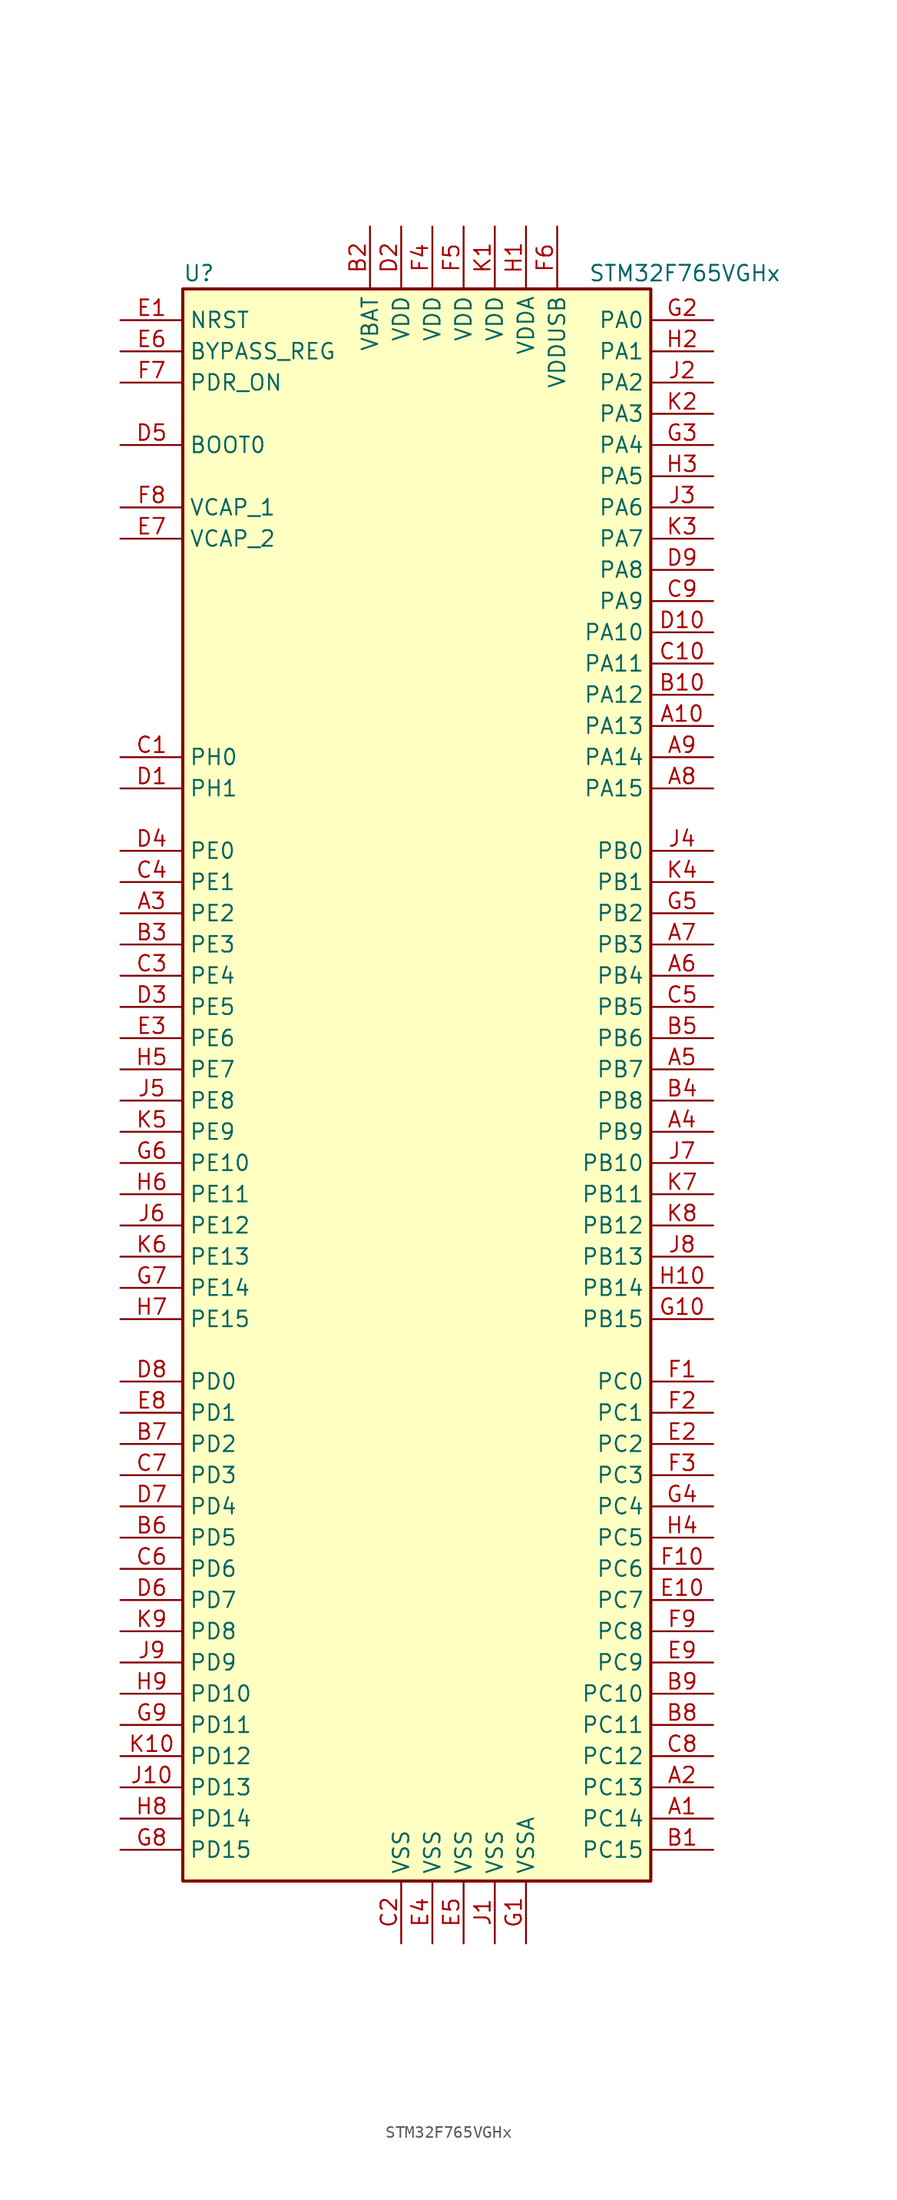
<source format=kicad_sym>
(kicad_symbol_lib
  (version 20201005)
  (generator kicad_symbol_editor)
  (symbol "STM32F765VGHx"
    (property "Reference" "U"
      (at -20.32 64.77 0)
      (effects (font (size 1.27 1.27)) (justify left)))
    (property "Value" "STM32F765VGHx"
      (at 12.7 64.77 0)
      (effects (font (size 1.27 1.27)) (justify left)))
    (symbol "STM32F765VGHx_0_1"
      (rectangle (start -20.32 -66.04) (end 17.78 63.5) (stroke (width 0.254)) (fill (type background))))
    (symbol "STM32F765VGHx_1_1"
      (pin input line (at -25.4 50.8 0) (length 5.08) (name "BOOT0" (effects (font (size 1.27 1.27)))) (number "D5" (effects (font (size 1.27 1.27)))))
      (pin input line (at -25.4 58.42 0) (length 5.08) (name "BYPASS_REG" (effects (font (size 1.27 1.27)))) (number "E6" (effects (font (size 1.27 1.27)))))
      (pin input line (at -25.4 60.96 0) (length 5.08) (name "NRST" (effects (font (size 1.27 1.27)))) (number "E1" (effects (font (size 1.27 1.27)))))
      (pin bidirectional line (at 22.86 60.96 180) (length 5.08) (name "PA0" (effects (font (size 1.27 1.27)))) (number "G2" (effects (font (size 1.27 1.27)))))
      (pin bidirectional line (at 22.86 58.42 180) (length 5.08) (name "PA1" (effects (font (size 1.27 1.27)))) (number "H2" (effects (font (size 1.27 1.27)))))
      (pin bidirectional line (at 22.86 35.56 180) (length 5.08) (name "PA10" (effects (font (size 1.27 1.27)))) (number "D10" (effects (font (size 1.27 1.27)))))
      (pin bidirectional line (at 22.86 33.02 180) (length 5.08) (name "PA11" (effects (font (size 1.27 1.27)))) (number "C10" (effects (font (size 1.27 1.27)))))
      (pin bidirectional line (at 22.86 30.48 180) (length 5.08) (name "PA12" (effects (font (size 1.27 1.27)))) (number "B10" (effects (font (size 1.27 1.27)))))
      (pin bidirectional line (at 22.86 27.94 180) (length 5.08) (name "PA13" (effects (font (size 1.27 1.27)))) (number "A10" (effects (font (size 1.27 1.27)))))
      (pin bidirectional line (at 22.86 25.4 180) (length 5.08) (name "PA14" (effects (font (size 1.27 1.27)))) (number "A9" (effects (font (size 1.27 1.27)))))
      (pin bidirectional line (at 22.86 22.86 180) (length 5.08) (name "PA15" (effects (font (size 1.27 1.27)))) (number "A8" (effects (font (size 1.27 1.27)))))
      (pin bidirectional line (at 22.86 55.88 180) (length 5.08) (name "PA2" (effects (font (size 1.27 1.27)))) (number "J2" (effects (font (size 1.27 1.27)))))
      (pin bidirectional line (at 22.86 53.34 180) (length 5.08) (name "PA3" (effects (font (size 1.27 1.27)))) (number "K2" (effects (font (size 1.27 1.27)))))
      (pin bidirectional line (at 22.86 50.8 180) (length 5.08) (name "PA4" (effects (font (size 1.27 1.27)))) (number "G3" (effects (font (size 1.27 1.27)))))
      (pin bidirectional line (at 22.86 48.26 180) (length 5.08) (name "PA5" (effects (font (size 1.27 1.27)))) (number "H3" (effects (font (size 1.27 1.27)))))
      (pin bidirectional line (at 22.86 45.72 180) (length 5.08) (name "PA6" (effects (font (size 1.27 1.27)))) (number "J3" (effects (font (size 1.27 1.27)))))
      (pin bidirectional line (at 22.86 43.18 180) (length 5.08) (name "PA7" (effects (font (size 1.27 1.27)))) (number "K3" (effects (font (size 1.27 1.27)))))
      (pin bidirectional line (at 22.86 40.64 180) (length 5.08) (name "PA8" (effects (font (size 1.27 1.27)))) (number "D9" (effects (font (size 1.27 1.27)))))
      (pin bidirectional line (at 22.86 38.1 180) (length 5.08) (name "PA9" (effects (font (size 1.27 1.27)))) (number "C9" (effects (font (size 1.27 1.27)))))
      (pin bidirectional line (at 22.86 17.78 180) (length 5.08) (name "PB0" (effects (font (size 1.27 1.27)))) (number "J4" (effects (font (size 1.27 1.27)))))
      (pin bidirectional line (at 22.86 15.24 180) (length 5.08) (name "PB1" (effects (font (size 1.27 1.27)))) (number "K4" (effects (font (size 1.27 1.27)))))
      (pin bidirectional line (at 22.86 -7.62 180) (length 5.08) (name "PB10" (effects (font (size 1.27 1.27)))) (number "J7" (effects (font (size 1.27 1.27)))))
      (pin bidirectional line (at 22.86 -10.16 180) (length 5.08) (name "PB11" (effects (font (size 1.27 1.27)))) (number "K7" (effects (font (size 1.27 1.27)))))
      (pin bidirectional line (at 22.86 -12.7 180) (length 5.08) (name "PB12" (effects (font (size 1.27 1.27)))) (number "K8" (effects (font (size 1.27 1.27)))))
      (pin bidirectional line (at 22.86 -15.24 180) (length 5.08) (name "PB13" (effects (font (size 1.27 1.27)))) (number "J8" (effects (font (size 1.27 1.27)))))
      (pin bidirectional line (at 22.86 -17.78 180) (length 5.08) (name "PB14" (effects (font (size 1.27 1.27)))) (number "H10" (effects (font (size 1.27 1.27)))))
      (pin bidirectional line (at 22.86 -20.32 180) (length 5.08) (name "PB15" (effects (font (size 1.27 1.27)))) (number "G10" (effects (font (size 1.27 1.27)))))
      (pin bidirectional line (at 22.86 12.7 180) (length 5.08) (name "PB2" (effects (font (size 1.27 1.27)))) (number "G5" (effects (font (size 1.27 1.27)))))
      (pin bidirectional line (at 22.86 10.16 180) (length 5.08) (name "PB3" (effects (font (size 1.27 1.27)))) (number "A7" (effects (font (size 1.27 1.27)))))
      (pin bidirectional line (at 22.86 7.62 180) (length 5.08) (name "PB4" (effects (font (size 1.27 1.27)))) (number "A6" (effects (font (size 1.27 1.27)))))
      (pin bidirectional line (at 22.86 5.08 180) (length 5.08) (name "PB5" (effects (font (size 1.27 1.27)))) (number "C5" (effects (font (size 1.27 1.27)))))
      (pin bidirectional line (at 22.86 2.54 180) (length 5.08) (name "PB6" (effects (font (size 1.27 1.27)))) (number "B5" (effects (font (size 1.27 1.27)))))
      (pin bidirectional line (at 22.86 0 180) (length 5.08) (name "PB7" (effects (font (size 1.27 1.27)))) (number "A5" (effects (font (size 1.27 1.27)))))
      (pin bidirectional line (at 22.86 -2.54 180) (length 5.08) (name "PB8" (effects (font (size 1.27 1.27)))) (number "B4" (effects (font (size 1.27 1.27)))))
      (pin bidirectional line (at 22.86 -5.08 180) (length 5.08) (name "PB9" (effects (font (size 1.27 1.27)))) (number "A4" (effects (font (size 1.27 1.27)))))
      (pin bidirectional line (at 22.86 -25.4 180) (length 5.08) (name "PC0" (effects (font (size 1.27 1.27)))) (number "F1" (effects (font (size 1.27 1.27)))))
      (pin bidirectional line (at 22.86 -27.94 180) (length 5.08) (name "PC1" (effects (font (size 1.27 1.27)))) (number "F2" (effects (font (size 1.27 1.27)))))
      (pin bidirectional line (at 22.86 -50.8 180) (length 5.08) (name "PC10" (effects (font (size 1.27 1.27)))) (number "B9" (effects (font (size 1.27 1.27)))))
      (pin bidirectional line (at 22.86 -53.34 180) (length 5.08) (name "PC11" (effects (font (size 1.27 1.27)))) (number "B8" (effects (font (size 1.27 1.27)))))
      (pin bidirectional line (at 22.86 -55.88 180) (length 5.08) (name "PC12" (effects (font (size 1.27 1.27)))) (number "C8" (effects (font (size 1.27 1.27)))))
      (pin bidirectional line (at 22.86 -58.42 180) (length 5.08) (name "PC13" (effects (font (size 1.27 1.27)))) (number "A2" (effects (font (size 1.27 1.27)))))
      (pin bidirectional line (at 22.86 -60.96 180) (length 5.08) (name "PC14" (effects (font (size 1.27 1.27)))) (number "A1" (effects (font (size 1.27 1.27)))))
      (pin bidirectional line (at 22.86 -63.5 180) (length 5.08) (name "PC15" (effects (font (size 1.27 1.27)))) (number "B1" (effects (font (size 1.27 1.27)))))
      (pin bidirectional line (at 22.86 -30.48 180) (length 5.08) (name "PC2" (effects (font (size 1.27 1.27)))) (number "E2" (effects (font (size 1.27 1.27)))))
      (pin bidirectional line (at 22.86 -33.02 180) (length 5.08) (name "PC3" (effects (font (size 1.27 1.27)))) (number "F3" (effects (font (size 1.27 1.27)))))
      (pin bidirectional line (at 22.86 -35.56 180) (length 5.08) (name "PC4" (effects (font (size 1.27 1.27)))) (number "G4" (effects (font (size 1.27 1.27)))))
      (pin bidirectional line (at 22.86 -38.1 180) (length 5.08) (name "PC5" (effects (font (size 1.27 1.27)))) (number "H4" (effects (font (size 1.27 1.27)))))
      (pin bidirectional line (at 22.86 -40.64 180) (length 5.08) (name "PC6" (effects (font (size 1.27 1.27)))) (number "F10" (effects (font (size 1.27 1.27)))))
      (pin bidirectional line (at 22.86 -43.18 180) (length 5.08) (name "PC7" (effects (font (size 1.27 1.27)))) (number "E10" (effects (font (size 1.27 1.27)))))
      (pin bidirectional line (at 22.86 -45.72 180) (length 5.08) (name "PC8" (effects (font (size 1.27 1.27)))) (number "F9" (effects (font (size 1.27 1.27)))))
      (pin bidirectional line (at 22.86 -48.26 180) (length 5.08) (name "PC9" (effects (font (size 1.27 1.27)))) (number "E9" (effects (font (size 1.27 1.27)))))
      (pin bidirectional line (at -25.4 -25.4 0) (length 5.08) (name "PD0" (effects (font (size 1.27 1.27)))) (number "D8" (effects (font (size 1.27 1.27)))))
      (pin bidirectional line (at -25.4 -27.94 0) (length 5.08) (name "PD1" (effects (font (size 1.27 1.27)))) (number "E8" (effects (font (size 1.27 1.27)))))
      (pin bidirectional line (at -25.4 -50.8 0) (length 5.08) (name "PD10" (effects (font (size 1.27 1.27)))) (number "H9" (effects (font (size 1.27 1.27)))))
      (pin bidirectional line (at -25.4 -53.34 0) (length 5.08) (name "PD11" (effects (font (size 1.27 1.27)))) (number "G9" (effects (font (size 1.27 1.27)))))
      (pin bidirectional line (at -25.4 -55.88 0) (length 5.08) (name "PD12" (effects (font (size 1.27 1.27)))) (number "K10" (effects (font (size 1.27 1.27)))))
      (pin bidirectional line (at -25.4 -58.42 0) (length 5.08) (name "PD13" (effects (font (size 1.27 1.27)))) (number "J10" (effects (font (size 1.27 1.27)))))
      (pin bidirectional line (at -25.4 -60.96 0) (length 5.08) (name "PD14" (effects (font (size 1.27 1.27)))) (number "H8" (effects (font (size 1.27 1.27)))))
      (pin bidirectional line (at -25.4 -63.5 0) (length 5.08) (name "PD15" (effects (font (size 1.27 1.27)))) (number "G8" (effects (font (size 1.27 1.27)))))
      (pin bidirectional line (at -25.4 -30.48 0) (length 5.08) (name "PD2" (effects (font (size 1.27 1.27)))) (number "B7" (effects (font (size 1.27 1.27)))))
      (pin bidirectional line (at -25.4 -33.02 0) (length 5.08) (name "PD3" (effects (font (size 1.27 1.27)))) (number "C7" (effects (font (size 1.27 1.27)))))
      (pin bidirectional line (at -25.4 -35.56 0) (length 5.08) (name "PD4" (effects (font (size 1.27 1.27)))) (number "D7" (effects (font (size 1.27 1.27)))))
      (pin bidirectional line (at -25.4 -38.1 0) (length 5.08) (name "PD5" (effects (font (size 1.27 1.27)))) (number "B6" (effects (font (size 1.27 1.27)))))
      (pin bidirectional line (at -25.4 -40.64 0) (length 5.08) (name "PD6" (effects (font (size 1.27 1.27)))) (number "C6" (effects (font (size 1.27 1.27)))))
      (pin bidirectional line (at -25.4 -43.18 0) (length 5.08) (name "PD7" (effects (font (size 1.27 1.27)))) (number "D6" (effects (font (size 1.27 1.27)))))
      (pin bidirectional line (at -25.4 -45.72 0) (length 5.08) (name "PD8" (effects (font (size 1.27 1.27)))) (number "K9" (effects (font (size 1.27 1.27)))))
      (pin bidirectional line (at -25.4 -48.26 0) (length 5.08) (name "PD9" (effects (font (size 1.27 1.27)))) (number "J9" (effects (font (size 1.27 1.27)))))
      (pin input line (at -25.4 55.88 0) (length 5.08) (name "PDR_ON" (effects (font (size 1.27 1.27)))) (number "F7" (effects (font (size 1.27 1.27)))))
      (pin bidirectional line (at -25.4 17.78 0) (length 5.08) (name "PE0" (effects (font (size 1.27 1.27)))) (number "D4" (effects (font (size 1.27 1.27)))))
      (pin bidirectional line (at -25.4 15.24 0) (length 5.08) (name "PE1" (effects (font (size 1.27 1.27)))) (number "C4" (effects (font (size 1.27 1.27)))))
      (pin bidirectional line (at -25.4 -7.62 0) (length 5.08) (name "PE10" (effects (font (size 1.27 1.27)))) (number "G6" (effects (font (size 1.27 1.27)))))
      (pin bidirectional line (at -25.4 -10.16 0) (length 5.08) (name "PE11" (effects (font (size 1.27 1.27)))) (number "H6" (effects (font (size 1.27 1.27)))))
      (pin bidirectional line (at -25.4 -12.7 0) (length 5.08) (name "PE12" (effects (font (size 1.27 1.27)))) (number "J6" (effects (font (size 1.27 1.27)))))
      (pin bidirectional line (at -25.4 -15.24 0) (length 5.08) (name "PE13" (effects (font (size 1.27 1.27)))) (number "K6" (effects (font (size 1.27 1.27)))))
      (pin bidirectional line (at -25.4 -17.78 0) (length 5.08) (name "PE14" (effects (font (size 1.27 1.27)))) (number "G7" (effects (font (size 1.27 1.27)))))
      (pin bidirectional line (at -25.4 -20.32 0) (length 5.08) (name "PE15" (effects (font (size 1.27 1.27)))) (number "H7" (effects (font (size 1.27 1.27)))))
      (pin bidirectional line (at -25.4 12.7 0) (length 5.08) (name "PE2" (effects (font (size 1.27 1.27)))) (number "A3" (effects (font (size 1.27 1.27)))))
      (pin bidirectional line (at -25.4 10.16 0) (length 5.08) (name "PE3" (effects (font (size 1.27 1.27)))) (number "B3" (effects (font (size 1.27 1.27)))))
      (pin bidirectional line (at -25.4 7.62 0) (length 5.08) (name "PE4" (effects (font (size 1.27 1.27)))) (number "C3" (effects (font (size 1.27 1.27)))))
      (pin bidirectional line (at -25.4 5.08 0) (length 5.08) (name "PE5" (effects (font (size 1.27 1.27)))) (number "D3" (effects (font (size 1.27 1.27)))))
      (pin bidirectional line (at -25.4 2.54 0) (length 5.08) (name "PE6" (effects (font (size 1.27 1.27)))) (number "E3" (effects (font (size 1.27 1.27)))))
      (pin bidirectional line (at -25.4 0 0) (length 5.08) (name "PE7" (effects (font (size 1.27 1.27)))) (number "H5" (effects (font (size 1.27 1.27)))))
      (pin bidirectional line (at -25.4 -2.54 0) (length 5.08) (name "PE8" (effects (font (size 1.27 1.27)))) (number "J5" (effects (font (size 1.27 1.27)))))
      (pin bidirectional line (at -25.4 -5.08 0) (length 5.08) (name "PE9" (effects (font (size 1.27 1.27)))) (number "K5" (effects (font (size 1.27 1.27)))))
      (pin input line (at -25.4 25.4 0) (length 5.08) (name "PH0" (effects (font (size 1.27 1.27)))) (number "C1" (effects (font (size 1.27 1.27)))))
      (pin input line (at -25.4 22.86 0) (length 5.08) (name "PH1" (effects (font (size 1.27 1.27)))) (number "D1" (effects (font (size 1.27 1.27)))))
      (pin power_in line (at -5.08 68.58 270) (length 5.08) (name "VBAT" (effects (font (size 1.27 1.27)))) (number "B2" (effects (font (size 1.27 1.27)))))
      (pin power_in line (at -25.4 45.72 0) (length 5.08) (name "VCAP_1" (effects (font (size 1.27 1.27)))) (number "F8" (effects (font (size 1.27 1.27)))))
      (pin power_in line (at -25.4 43.18 0) (length 5.08) (name "VCAP_2" (effects (font (size 1.27 1.27)))) (number "E7" (effects (font (size 1.27 1.27)))))
      (pin power_in line (at -2.54 68.58 270) (length 5.08) (name "VDD" (effects (font (size 1.27 1.27)))) (number "D2" (effects (font (size 1.27 1.27)))))
      (pin power_in line (at 0 68.58 270) (length 5.08) (name "VDD" (effects (font (size 1.27 1.27)))) (number "F4" (effects (font (size 1.27 1.27)))))
      (pin power_in line (at 2.54 68.58 270) (length 5.08) (name "VDD" (effects (font (size 1.27 1.27)))) (number "F5" (effects (font (size 1.27 1.27)))))
      (pin power_in line (at 5.08 68.58 270) (length 5.08) (name "VDD" (effects (font (size 1.27 1.27)))) (number "K1" (effects (font (size 1.27 1.27)))))
      (pin power_in line (at 7.62 68.58 270) (length 5.08) (name "VDDA" (effects (font (size 1.27 1.27)))) (number "H1" (effects (font (size 1.27 1.27)))))
      (pin power_in line (at 10.16 68.58 270) (length 5.08) (name "VDDUSB" (effects (font (size 1.27 1.27)))) (number "F6" (effects (font (size 1.27 1.27)))))
      (pin power_in line (at -2.54 -71.12 90) (length 5.08) (name "VSS" (effects (font (size 1.27 1.27)))) (number "C2" (effects (font (size 1.27 1.27)))))
      (pin power_in line (at 0 -71.12 90) (length 5.08) (name "VSS" (effects (font (size 1.27 1.27)))) (number "E4" (effects (font (size 1.27 1.27)))))
      (pin power_in line (at 2.54 -71.12 90) (length 5.08) (name "VSS" (effects (font (size 1.27 1.27)))) (number "E5" (effects (font (size 1.27 1.27)))))
      (pin power_in line (at 5.08 -71.12 90) (length 5.08) (name "VSS" (effects (font (size 1.27 1.27)))) (number "J1" (effects (font (size 1.27 1.27)))))
      (pin power_in line (at 7.62 -71.12 90) (length 5.08) (name "VSSA" (effects (font (size 1.27 1.27)))) (number "G1" (effects (font (size 1.27 1.27))))))))
</source>
